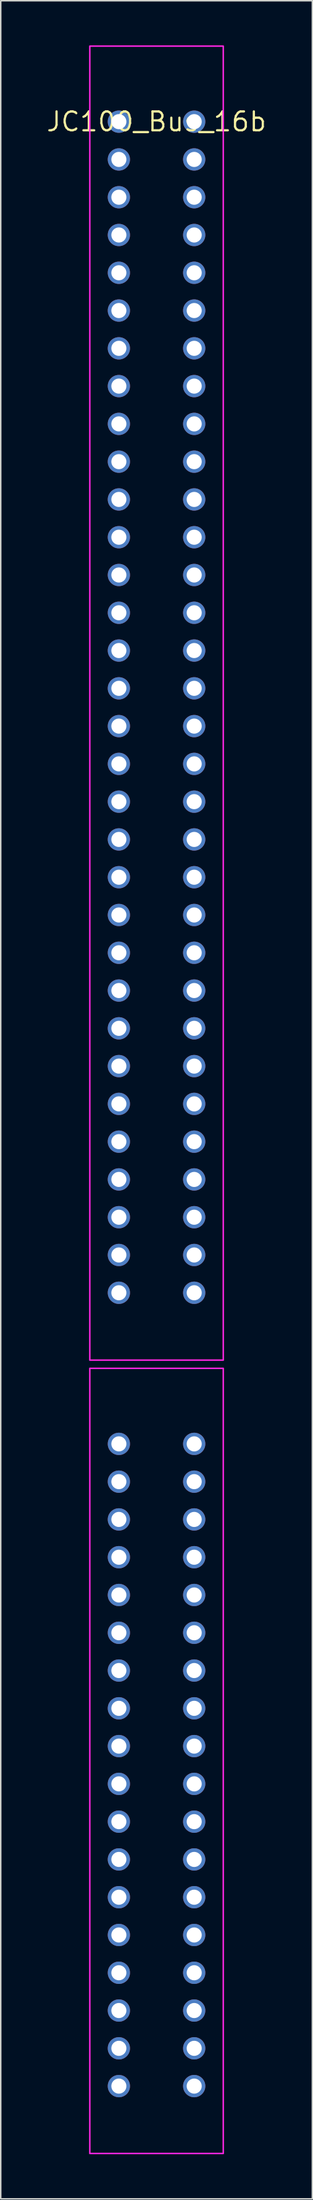
<source format=kicad_pcb>
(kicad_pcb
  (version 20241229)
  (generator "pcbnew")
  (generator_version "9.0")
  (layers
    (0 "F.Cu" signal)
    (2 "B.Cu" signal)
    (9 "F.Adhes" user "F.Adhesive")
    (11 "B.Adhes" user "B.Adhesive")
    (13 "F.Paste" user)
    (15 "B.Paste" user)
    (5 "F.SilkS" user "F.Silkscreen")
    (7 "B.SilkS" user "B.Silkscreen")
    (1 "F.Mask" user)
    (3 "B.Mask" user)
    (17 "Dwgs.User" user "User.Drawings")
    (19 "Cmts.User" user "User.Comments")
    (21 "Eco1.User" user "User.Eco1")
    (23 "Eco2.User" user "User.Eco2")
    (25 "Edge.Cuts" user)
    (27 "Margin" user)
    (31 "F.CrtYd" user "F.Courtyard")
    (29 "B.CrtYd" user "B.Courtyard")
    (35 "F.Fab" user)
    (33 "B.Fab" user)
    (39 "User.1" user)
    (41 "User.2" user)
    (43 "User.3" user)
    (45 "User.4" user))
  (footprint "JC100_Bus_16b"
    (layer "F.Cu")
    (at 7.506 5.13)
    (property "Reference" "JC100_Bus_16b" (at 0 0 0) (layer "F.SilkS") (effects (font (size 1.27 1.27) (thickness 0.15))))
    (fp_rect (start -4.5 -5.08) (end 4.5 83.27) (stroke (width 0.1) (type solid)) (fill no) (layer "F.CrtYd"))
    (fp_rect (start -4.5 83.82) (end 4.5 136.61) (stroke (width 0.1) (type solid)) (fill no) (layer "F.CrtYd"))
    (pad "a1" thru_hole circle (at 2.54 0) (size 1.5 1.5) (drill 1.016) (layers "*.Cu" "*.Mask"))
    (pad "a2" thru_hole circle (at 2.54 2.54) (size 1.5 1.5) (drill 1.016) (layers "*.Cu" "*.Mask"))
    (pad "a3" thru_hole circle (at 2.54 5.08) (size 1.5 1.5) (drill 1.016) (layers "*.Cu" "*.Mask"))
    (pad "a4" thru_hole circle (at 2.54 7.62) (size 1.5 1.5) (drill 1.016) (layers "*.Cu" "*.Mask"))
    (pad "a5" thru_hole circle (at 2.54 10.16) (size 1.5 1.5) (drill 1.016) (layers "*.Cu" "*.Mask"))
    (pad "a6" thru_hole circle (at 2.54 12.7) (size 1.5 1.5) (drill 1.016) (layers "*.Cu" "*.Mask"))
    (pad "a7" thru_hole circle (at 2.54 15.24) (size 1.5 1.5) (drill 1.016) (layers "*.Cu" "*.Mask"))
    (pad "a8" thru_hole circle (at 2.54 17.78) (size 1.5 1.5) (drill 1.016) (layers "*.Cu" "*.Mask"))
    (pad "a9" thru_hole circle (at 2.54 20.32) (size 1.5 1.5) (drill 1.016) (layers "*.Cu" "*.Mask"))
    (pad "a10" thru_hole circle (at 2.54 22.86) (size 1.5 1.5) (drill 1.016) (layers "*.Cu" "*.Mask"))
    (pad "a11" thru_hole circle (at 2.54 25.4) (size 1.5 1.5) (drill 1.016) (layers "*.Cu" "*.Mask"))
    (pad "a12" thru_hole circle (at 2.54 27.94) (size 1.5 1.5) (drill 1.016) (layers "*.Cu" "*.Mask"))
    (pad "a13" thru_hole circle (at 2.54 30.48) (size 1.5 1.5) (drill 1.016) (layers "*.Cu" "*.Mask"))
    (pad "a14" thru_hole circle (at 2.54 33.02) (size 1.5 1.5) (drill 1.016) (layers "*.Cu" "*.Mask"))
    (pad "a15" thru_hole circle (at 2.54 35.56) (size 1.5 1.5) (drill 1.016) (layers "*.Cu" "*.Mask"))
    (pad "a16" thru_hole circle (at 2.54 38.1) (size 1.5 1.5) (drill 1.016) (layers "*.Cu" "*.Mask"))
    (pad "a17" thru_hole circle (at 2.54 40.64) (size 1.5 1.5) (drill 1.016) (layers "*.Cu" "*.Mask"))
    (pad "a18" thru_hole circle (at 2.54 43.18) (size 1.5 1.5) (drill 1.016) (layers "*.Cu" "*.Mask"))
    (pad "a19" thru_hole circle (at 2.54 45.72) (size 1.5 1.5) (drill 1.016) (layers "*.Cu" "*.Mask"))
    (pad "a20" thru_hole circle (at 2.54 48.26) (size 1.5 1.5) (drill 1.016) (layers "*.Cu" "*.Mask"))
    (pad "a21" thru_hole circle (at 2.54 50.8) (size 1.5 1.5) (drill 1.016) (layers "*.Cu" "*.Mask"))
    (pad "a22" thru_hole circle (at 2.54 53.34) (size 1.5 1.5) (drill 1.016) (layers "*.Cu" "*.Mask"))
    (pad "a23" thru_hole circle (at 2.54 55.88) (size 1.5 1.5) (drill 1.016) (layers "*.Cu" "*.Mask"))
    (pad "a24" thru_hole circle (at 2.54 58.42) (size 1.5 1.5) (drill 1.016) (layers "*.Cu" "*.Mask"))
    (pad "a25" thru_hole circle (at 2.54 60.96) (size 1.5 1.5) (drill 1.016) (layers "*.Cu" "*.Mask"))
    (pad "a26" thru_hole circle (at 2.54 63.5) (size 1.5 1.5) (drill 1.016) (layers "*.Cu" "*.Mask"))
    (pad "a27" thru_hole circle (at 2.54 66.04) (size 1.5 1.5) (drill 1.016) (layers "*.Cu" "*.Mask"))
    (pad "a28" thru_hole circle (at 2.54 68.58) (size 1.5 1.5) (drill 1.016) (layers "*.Cu" "*.Mask"))
    (pad "a29" thru_hole circle (at 2.54 71.12) (size 1.5 1.5) (drill 1.016) (layers "*.Cu" "*.Mask"))
    (pad "a30" thru_hole circle (at 2.54 73.66) (size 1.5 1.5) (drill 1.016) (layers "*.Cu" "*.Mask"))
    (pad "a31" thru_hole circle (at 2.54 76.2) (size 1.5 1.5) (drill 1.016) (layers "*.Cu" "*.Mask"))
    (pad "a32" thru_hole circle (at 2.54 78.74) (size 1.5 1.5) (drill 1.016) (layers "*.Cu" "*.Mask"))
    (pad "a33" thru_hole circle (at 2.54 88.9) (size 1.5 1.5) (drill 1.016) (layers "*.Cu" "*.Mask"))
    (pad "a34" thru_hole circle (at 2.54 91.44) (size 1.5 1.5) (drill 1.016) (layers "*.Cu" "*.Mask"))
    (pad "a35" thru_hole circle (at 2.54 93.98) (size 1.5 1.5) (drill 1.016) (layers "*.Cu" "*.Mask"))
    (pad "a36" thru_hole circle (at 2.54 96.52) (size 1.5 1.5) (drill 1.016) (layers "*.Cu" "*.Mask"))
    (pad "a37" thru_hole circle (at 2.54 99.06) (size 1.5 1.5) (drill 1.016) (layers "*.Cu" "*.Mask"))
    (pad "a38" thru_hole circle (at 2.54 101.6) (size 1.5 1.5) (drill 1.016) (layers "*.Cu" "*.Mask"))
    (pad "a39" thru_hole circle (at 2.54 104.14) (size 1.5 1.5) (drill 1.016) (layers "*.Cu" "*.Mask"))
    (pad "a40" thru_hole circle (at 2.54 106.68) (size 1.5 1.5) (drill 1.016) (layers "*.Cu" "*.Mask"))
    (pad "a41" thru_hole circle (at 2.54 109.22) (size 1.5 1.5) (drill 1.016) (layers "*.Cu" "*.Mask"))
    (pad "a42" thru_hole circle (at 2.54 111.76) (size 1.5 1.5) (drill 1.016) (layers "*.Cu" "*.Mask"))
    (pad "a43" thru_hole circle (at 2.54 114.3) (size 1.5 1.5) (drill 1.016) (layers "*.Cu" "*.Mask"))
    (pad "a44" thru_hole circle (at 2.54 116.84) (size 1.5 1.5) (drill 1.016) (layers "*.Cu" "*.Mask"))
    (pad "a45" thru_hole circle (at 2.54 119.38) (size 1.5 1.5) (drill 1.016) (layers "*.Cu" "*.Mask"))
    (pad "a46" thru_hole circle (at 2.54 121.92) (size 1.5 1.5) (drill 1.016) (layers "*.Cu" "*.Mask"))
    (pad "a47" thru_hole circle (at 2.54 124.46) (size 1.5 1.5) (drill 1.016) (layers "*.Cu" "*.Mask"))
    (pad "a48" thru_hole circle (at 2.54 127) (size 1.5 1.5) (drill 1.016) (layers "*.Cu" "*.Mask"))
    (pad "a49" thru_hole circle (at 2.54 129.54) (size 1.5 1.5) (drill 1.016) (layers "*.Cu" "*.Mask"))
    (pad "a50" thru_hole circle (at 2.54 132.08) (size 1.5 1.5) (drill 1.016) (layers "*.Cu" "*.Mask"))
    (pad "b1" thru_hole circle (at -2.54 0) (size 1.5 1.5) (drill 1.016) (layers "*.Cu" "*.Mask"))
    (pad "b2" thru_hole circle (at -2.54 2.54) (size 1.5 1.5) (drill 1.016) (layers "*.Cu" "*.Mask"))
    (pad "b3" thru_hole circle (at -2.54 5.08) (size 1.5 1.5) (drill 1.016) (layers "*.Cu" "*.Mask"))
    (pad "b4" thru_hole circle (at -2.54 7.62) (size 1.5 1.5) (drill 1.016) (layers "*.Cu" "*.Mask"))
    (pad "b5" thru_hole circle (at -2.54 10.16) (size 1.5 1.5) (drill 1.016) (layers "*.Cu" "*.Mask"))
    (pad "b6" thru_hole circle (at -2.54 12.7) (size 1.5 1.5) (drill 1.016) (layers "*.Cu" "*.Mask"))
    (pad "b7" thru_hole circle (at -2.54 15.24) (size 1.5 1.5) (drill 1.016) (layers "*.Cu" "*.Mask"))
    (pad "b8" thru_hole circle (at -2.54 17.78) (size 1.5 1.5) (drill 1.016) (layers "*.Cu" "*.Mask"))
    (pad "b9" thru_hole circle (at -2.54 20.32) (size 1.5 1.5) (drill 1.016) (layers "*.Cu" "*.Mask"))
    (pad "b10" thru_hole circle (at -2.54 22.86) (size 1.5 1.5) (drill 1.016) (layers "*.Cu" "*.Mask"))
    (pad "b11" thru_hole circle (at -2.54 25.4) (size 1.5 1.5) (drill 1.016) (layers "*.Cu" "*.Mask"))
    (pad "b12" thru_hole circle (at -2.54 27.94) (size 1.5 1.5) (drill 1.016) (layers "*.Cu" "*.Mask"))
    (pad "b13" thru_hole circle (at -2.54 30.48) (size 1.5 1.5) (drill 1.016) (layers "*.Cu" "*.Mask"))
    (pad "b14" thru_hole circle (at -2.54 33.02) (size 1.5 1.5) (drill 1.016) (layers "*.Cu" "*.Mask"))
    (pad "b15" thru_hole circle (at -2.54 35.56) (size 1.5 1.5) (drill 1.016) (layers "*.Cu" "*.Mask"))
    (pad "b16" thru_hole circle (at -2.54 38.1) (size 1.5 1.5) (drill 1.016) (layers "*.Cu" "*.Mask"))
    (pad "b17" thru_hole circle (at -2.54 40.64) (size 1.5 1.5) (drill 1.016) (layers "*.Cu" "*.Mask"))
    (pad "b18" thru_hole circle (at -2.54 43.18) (size 1.5 1.5) (drill 1.016) (layers "*.Cu" "*.Mask"))
    (pad "b19" thru_hole circle (at -2.54 45.72) (size 1.5 1.5) (drill 1.016) (layers "*.Cu" "*.Mask"))
    (pad "b20" thru_hole circle (at -2.54 48.26) (size 1.5 1.5) (drill 1.016) (layers "*.Cu" "*.Mask"))
    (pad "b21" thru_hole circle (at -2.54 50.8) (size 1.5 1.5) (drill 1.016) (layers "*.Cu" "*.Mask"))
    (pad "b22" thru_hole circle (at -2.54 53.34) (size 1.5 1.5) (drill 1.016) (layers "*.Cu" "*.Mask"))
    (pad "b23" thru_hole circle (at -2.54 55.88) (size 1.5 1.5) (drill 1.016) (layers "*.Cu" "*.Mask"))
    (pad "b24" thru_hole circle (at -2.54 58.42) (size 1.5 1.5) (drill 1.016) (layers "*.Cu" "*.Mask"))
    (pad "b25" thru_hole circle (at -2.54 60.96) (size 1.5 1.5) (drill 1.016) (layers "*.Cu" "*.Mask"))
    (pad "b26" thru_hole circle (at -2.54 63.5) (size 1.5 1.5) (drill 1.016) (layers "*.Cu" "*.Mask"))
    (pad "b27" thru_hole circle (at -2.54 66.04) (size 1.5 1.5) (drill 1.016) (layers "*.Cu" "*.Mask"))
    (pad "b28" thru_hole circle (at -2.54 68.58) (size 1.5 1.5) (drill 1.016) (layers "*.Cu" "*.Mask"))
    (pad "b29" thru_hole circle (at -2.54 71.12) (size 1.5 1.5) (drill 1.016) (layers "*.Cu" "*.Mask"))
    (pad "b30" thru_hole circle (at -2.54 73.66) (size 1.5 1.5) (drill 1.016) (layers "*.Cu" "*.Mask"))
    (pad "b31" thru_hole circle (at -2.54 76.2) (size 1.5 1.5) (drill 1.016) (layers "*.Cu" "*.Mask"))
    (pad "b32" thru_hole circle (at -2.54 78.74) (size 1.5 1.5) (drill 1.016) (layers "*.Cu" "*.Mask"))
    (pad "b33" thru_hole circle (at -2.54 88.9) (size 1.5 1.5) (drill 1.016) (layers "*.Cu" "*.Mask"))
    (pad "b34" thru_hole circle (at -2.54 91.44) (size 1.5 1.5) (drill 1.016) (layers "*.Cu" "*.Mask"))
    (pad "b35" thru_hole circle (at -2.54 93.98) (size 1.5 1.5) (drill 1.016) (layers "*.Cu" "*.Mask"))
    (pad "b36" thru_hole circle (at -2.54 96.52) (size 1.5 1.5) (drill 1.016) (layers "*.Cu" "*.Mask"))
    (pad "b37" thru_hole circle (at -2.54 99.06) (size 1.5 1.5) (drill 1.016) (layers "*.Cu" "*.Mask"))
    (pad "b38" thru_hole circle (at -2.54 101.6) (size 1.5 1.5) (drill 1.016) (layers "*.Cu" "*.Mask"))
    (pad "b39" thru_hole circle (at -2.54 104.14) (size 1.5 1.5) (drill 1.016) (layers "*.Cu" "*.Mask"))
    (pad "b40" thru_hole circle (at -2.54 106.68) (size 1.5 1.5) (drill 1.016) (layers "*.Cu" "*.Mask"))
    (pad "b41" thru_hole circle (at -2.54 109.22) (size 1.5 1.5) (drill 1.016) (layers "*.Cu" "*.Mask"))
    (pad "b42" thru_hole circle (at -2.54 111.76) (size 1.5 1.5) (drill 1.016) (layers "*.Cu" "*.Mask"))
    (pad "b43" thru_hole circle (at -2.54 114.3) (size 1.5 1.5) (drill 1.016) (layers "*.Cu" "*.Mask"))
    (pad "b44" thru_hole circle (at -2.54 116.84) (size 1.5 1.5) (drill 1.016) (layers "*.Cu" "*.Mask"))
    (pad "b45" thru_hole circle (at -2.54 119.38) (size 1.5 1.5) (drill 1.016) (layers "*.Cu" "*.Mask"))
    (pad "b46" thru_hole circle (at -2.54 121.92) (size 1.5 1.5) (drill 1.016) (layers "*.Cu" "*.Mask"))
    (pad "b47" thru_hole circle (at -2.54 124.46) (size 1.5 1.5) (drill 1.016) (layers "*.Cu" "*.Mask"))
    (pad "b48" thru_hole circle (at -2.54 127) (size 1.5 1.5) (drill 1.016) (layers "*.Cu" "*.Mask"))
    (pad "b49" thru_hole circle (at -2.54 129.54) (size 1.5 1.5) (drill 1.016) (layers "*.Cu" "*.Mask"))
    (pad "b50" thru_hole circle (at -2.54 132.08) (size 1.5 1.5) (drill 1.016) (layers "*.Cu" "*.Mask")))
  (gr_rect
    (start -3 -3)
    (end 18.013 144.79)
    (stroke (width 0.1) (type default))
    (fill no)
    (layer "Edge.Cuts")))
</source>
